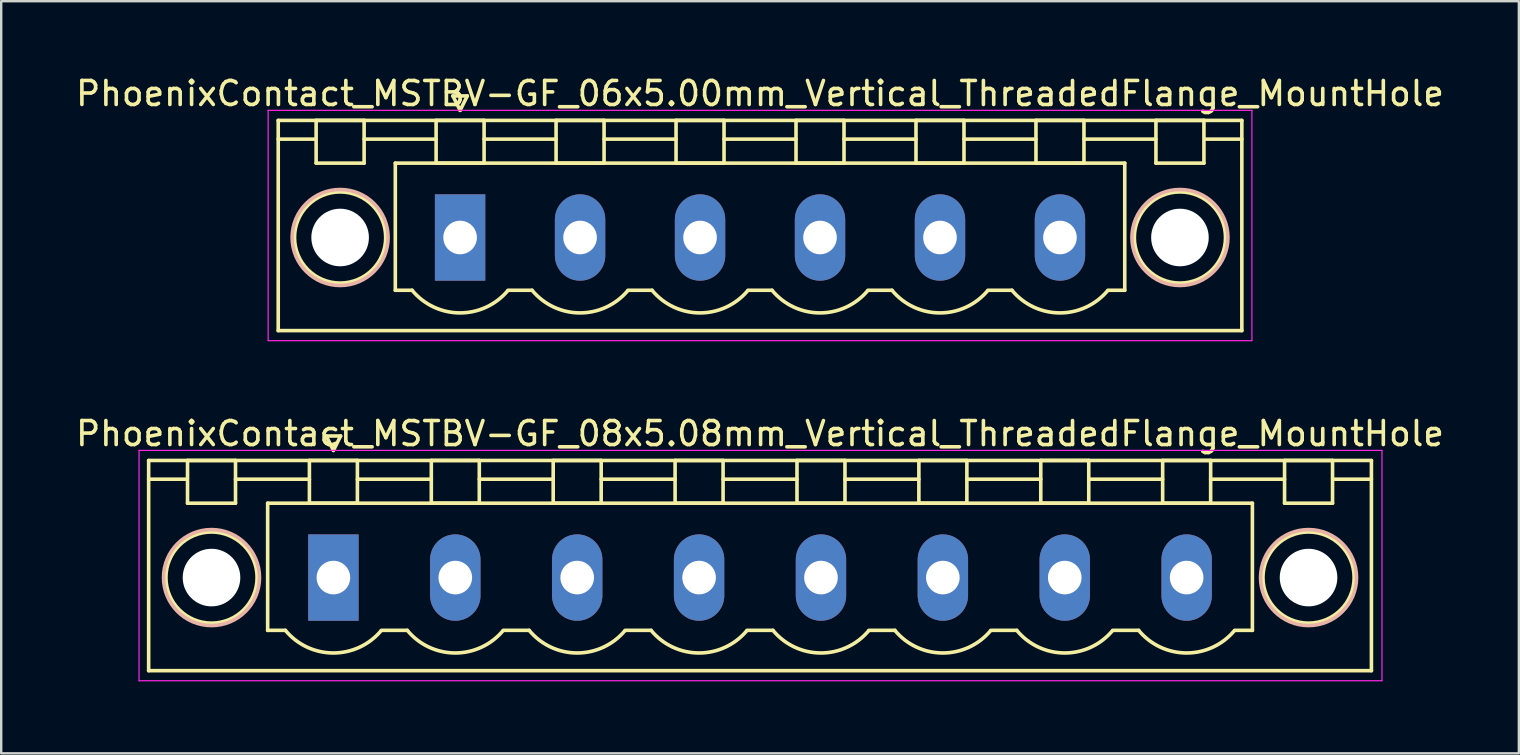
<source format=kicad_pcb>
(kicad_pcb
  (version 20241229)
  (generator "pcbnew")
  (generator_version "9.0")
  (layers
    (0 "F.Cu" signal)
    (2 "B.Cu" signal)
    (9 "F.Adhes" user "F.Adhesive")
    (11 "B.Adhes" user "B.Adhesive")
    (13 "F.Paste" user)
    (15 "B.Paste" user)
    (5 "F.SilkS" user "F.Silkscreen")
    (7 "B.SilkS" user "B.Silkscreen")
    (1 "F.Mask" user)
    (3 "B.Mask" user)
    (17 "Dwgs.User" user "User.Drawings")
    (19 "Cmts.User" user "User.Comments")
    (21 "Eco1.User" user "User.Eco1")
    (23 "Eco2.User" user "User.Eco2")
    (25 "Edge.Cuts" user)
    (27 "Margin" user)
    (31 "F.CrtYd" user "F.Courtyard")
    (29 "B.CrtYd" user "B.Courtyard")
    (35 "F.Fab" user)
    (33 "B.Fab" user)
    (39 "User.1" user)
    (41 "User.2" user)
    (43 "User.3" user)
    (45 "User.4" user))
  (footprint "PhoenixContact_MSTBV-GF_08x5.08mm_Vertical_ThreadedFlange_MountHole"
    (layer "F.Cu")
    (at 10.845 21.021)
    (property "Reference" "PhoenixContact_MSTBV-GF_08x5.08mm_Vertical_ThreadedFlange_MountHole" (at 17.78 -6 0) (layer "F.SilkS") (effects (font (size 1 1) (thickness 0.15))))
    (attr through_hole)
    (fp_line (start -7.7 -4.88) (end -7.7 3.88) (stroke (width 0.15) (type solid)) (layer "F.SilkS"))
    (fp_line (start -7.7 -4.1) (end -6.16 -4.1) (stroke (width 0.15) (type solid)) (layer "F.SilkS"))
    (fp_line (start -7.7 3.88) (end 43.26 3.88) (stroke (width 0.15) (type solid)) (layer "F.SilkS"))
    (fp_line (start -6.08 -4.88) (end -4.08 -4.88) (stroke (width 0.15) (type solid)) (layer "F.SilkS"))
    (fp_line (start -6.08 -3.1) (end -6.08 -4.88) (stroke (width 0.15) (type solid)) (layer "F.SilkS"))
    (fp_line (start -4.08 -4.88) (end -4.08 -3.1) (stroke (width 0.15) (type solid)) (layer "F.SilkS"))
    (fp_line (start -4.08 -4.1) (end -1 -4.1) (stroke (width 0.15) (type solid)) (layer "F.SilkS"))
    (fp_line (start -4.08 -3.1) (end -6.08 -3.1) (stroke (width 0.15) (type solid)) (layer "F.SilkS"))
    (fp_line (start -2.74 -3.1) (end 38.3 -3.1) (stroke (width 0.15) (type solid)) (layer "F.SilkS"))
    (fp_line (start -2.74 2.2) (end -2.74 -3.1) (stroke (width 0.15) (type solid)) (layer "F.SilkS"))
    (fp_line (start -2 2.2) (end -2.74 2.2) (stroke (width 0.15) (type solid)) (layer "F.SilkS"))
    (fp_line (start -1 -4.88) (end 1 -4.88) (stroke (width 0.15) (type solid)) (layer "F.SilkS"))
    (fp_line (start -1 -3.1) (end -1 -4.88) (stroke (width 0.15) (type solid)) (layer "F.SilkS"))
    (fp_line (start -0.3 -5.9) (end 0 -5.3) (stroke (width 0.15) (type solid)) (layer "F.SilkS"))
    (fp_line (start 0 -5.3) (end 0.3 -5.9) (stroke (width 0.15) (type solid)) (layer "F.SilkS"))
    (fp_line (start 0.3 -5.9) (end -0.3 -5.9) (stroke (width 0.15) (type solid)) (layer "F.SilkS"))
    (fp_line (start 1 -4.88) (end 1 -3.1) (stroke (width 0.15) (type solid)) (layer "F.SilkS"))
    (fp_line (start 1 -4.1) (end 4.08 -4.1) (stroke (width 0.15) (type solid)) (layer "F.SilkS"))
    (fp_line (start 1 -3.1) (end -1 -3.1) (stroke (width 0.15) (type solid)) (layer "F.SilkS"))
    (fp_line (start 2 2.2) (end 3.08 2.2) (stroke (width 0.15) (type solid)) (layer "F.SilkS"))
    (fp_line (start 4.08 -4.88) (end 6.08 -4.88) (stroke (width 0.15) (type solid)) (layer "F.SilkS"))
    (fp_line (start 4.08 -3.1) (end 4.08 -4.88) (stroke (width 0.15) (type solid)) (layer "F.SilkS"))
    (fp_line (start 6.08 -4.88) (end 6.08 -3.1) (stroke (width 0.15) (type solid)) (layer "F.SilkS"))
    (fp_line (start 6.08 -4.1) (end 9.16 -4.1) (stroke (width 0.15) (type solid)) (layer "F.SilkS"))
    (fp_line (start 6.08 -3.1) (end 4.08 -3.1) (stroke (width 0.15) (type solid)) (layer "F.SilkS"))
    (fp_line (start 7.08 2.2) (end 8.16 2.2) (stroke (width 0.15) (type solid)) (layer "F.SilkS"))
    (fp_line (start 9.16 -4.88) (end 11.16 -4.88) (stroke (width 0.15) (type solid)) (layer "F.SilkS"))
    (fp_line (start 9.16 -3.1) (end 9.16 -4.88) (stroke (width 0.15) (type solid)) (layer "F.SilkS"))
    (fp_line (start 11.16 -4.88) (end 11.16 -3.1) (stroke (width 0.15) (type solid)) (layer "F.SilkS"))
    (fp_line (start 11.16 -4.1) (end 14.24 -4.1) (stroke (width 0.15) (type solid)) (layer "F.SilkS"))
    (fp_line (start 11.16 -3.1) (end 9.16 -3.1) (stroke (width 0.15) (type solid)) (layer "F.SilkS"))
    (fp_line (start 12.16 2.2) (end 13.24 2.2) (stroke (width 0.15) (type solid)) (layer "F.SilkS"))
    (fp_line (start 14.24 -4.88) (end 16.24 -4.88) (stroke (width 0.15) (type solid)) (layer "F.SilkS"))
    (fp_line (start 14.24 -3.1) (end 14.24 -4.88) (stroke (width 0.15) (type solid)) (layer "F.SilkS"))
    (fp_line (start 16.24 -4.88) (end 16.24 -3.1) (stroke (width 0.15) (type solid)) (layer "F.SilkS"))
    (fp_line (start 16.24 -4.1) (end 19.32 -4.1) (stroke (width 0.15) (type solid)) (layer "F.SilkS"))
    (fp_line (start 16.24 -3.1) (end 14.24 -3.1) (stroke (width 0.15) (type solid)) (layer "F.SilkS"))
    (fp_line (start 17.24 2.2) (end 18.32 2.2) (stroke (width 0.15) (type solid)) (layer "F.SilkS"))
    (fp_line (start 19.32 -4.88) (end 21.32 -4.88) (stroke (width 0.15) (type solid)) (layer "F.SilkS"))
    (fp_line (start 19.32 -3.1) (end 19.32 -4.88) (stroke (width 0.15) (type solid)) (layer "F.SilkS"))
    (fp_line (start 21.32 -4.88) (end 21.32 -3.1) (stroke (width 0.15) (type solid)) (layer "F.SilkS"))
    (fp_line (start 21.32 -4.1) (end 24.4 -4.1) (stroke (width 0.15) (type solid)) (layer "F.SilkS"))
    (fp_line (start 21.32 -3.1) (end 19.32 -3.1) (stroke (width 0.15) (type solid)) (layer "F.SilkS"))
    (fp_line (start 22.32 2.2) (end 23.4 2.2) (stroke (width 0.15) (type solid)) (layer "F.SilkS"))
    (fp_line (start 24.4 -4.88) (end 26.4 -4.88) (stroke (width 0.15) (type solid)) (layer "F.SilkS"))
    (fp_line (start 24.4 -3.1) (end 24.4 -4.88) (stroke (width 0.15) (type solid)) (layer "F.SilkS"))
    (fp_line (start 26.4 -4.88) (end 26.4 -3.1) (stroke (width 0.15) (type solid)) (layer "F.SilkS"))
    (fp_line (start 26.4 -4.1) (end 29.48 -4.1) (stroke (width 0.15) (type solid)) (layer "F.SilkS"))
    (fp_line (start 26.4 -3.1) (end 24.4 -3.1) (stroke (width 0.15) (type solid)) (layer "F.SilkS"))
    (fp_line (start 27.4 2.2) (end 28.48 2.2) (stroke (width 0.15) (type solid)) (layer "F.SilkS"))
    (fp_line (start 29.48 -4.88) (end 31.48 -4.88) (stroke (width 0.15) (type solid)) (layer "F.SilkS"))
    (fp_line (start 29.48 -3.1) (end 29.48 -4.88) (stroke (width 0.15) (type solid)) (layer "F.SilkS"))
    (fp_line (start 31.48 -4.88) (end 31.48 -3.1) (stroke (width 0.15) (type solid)) (layer "F.SilkS"))
    (fp_line (start 31.48 -4.1) (end 34.56 -4.1) (stroke (width 0.15) (type solid)) (layer "F.SilkS"))
    (fp_line (start 31.48 -3.1) (end 29.48 -3.1) (stroke (width 0.15) (type solid)) (layer "F.SilkS"))
    (fp_line (start 32.48 2.2) (end 33.56 2.2) (stroke (width 0.15) (type solid)) (layer "F.SilkS"))
    (fp_line (start 34.56 -4.88) (end 36.56 -4.88) (stroke (width 0.15) (type solid)) (layer "F.SilkS"))
    (fp_line (start 34.56 -3.1) (end 34.56 -4.88) (stroke (width 0.15) (type solid)) (layer "F.SilkS"))
    (fp_line (start 36.56 -4.88) (end 36.56 -3.1) (stroke (width 0.15) (type solid)) (layer "F.SilkS"))
    (fp_line (start 36.56 -4.1) (end 39.64 -4.1) (stroke (width 0.15) (type solid)) (layer "F.SilkS"))
    (fp_line (start 36.56 -3.1) (end 34.56 -3.1) (stroke (width 0.15) (type solid)) (layer "F.SilkS"))
    (fp_line (start 38.3 -3.1) (end 38.3 2.2) (stroke (width 0.15) (type solid)) (layer "F.SilkS"))
    (fp_line (start 38.3 2.2) (end 37.56 2.2) (stroke (width 0.15) (type solid)) (layer "F.SilkS"))
    (fp_line (start 39.64 -4.88) (end 41.64 -4.88) (stroke (width 0.15) (type solid)) (layer "F.SilkS"))
    (fp_line (start 39.64 -3.1) (end 39.64 -4.88) (stroke (width 0.15) (type solid)) (layer "F.SilkS"))
    (fp_line (start 41.64 -4.88) (end 41.64 -3.1) (stroke (width 0.15) (type solid)) (layer "F.SilkS"))
    (fp_line (start 41.64 -3.1) (end 39.64 -3.1) (stroke (width 0.15) (type solid)) (layer "F.SilkS"))
    (fp_line (start 43.26 -4.88) (end -7.7 -4.88) (stroke (width 0.15) (type solid)) (layer "F.SilkS"))
    (fp_line (start 43.26 -4.1) (end 41.72 -4.1) (stroke (width 0.15) (type solid)) (layer "F.SilkS"))
    (fp_line (start 43.26 3.88) (end 43.26 -4.88) (stroke (width 0.15) (type solid)) (layer "F.SilkS"))
    (fp_arc (start 1.986842 2.215821) (mid -0.010289 3.142758) (end -2 2.2) (stroke (width 0.15) (type solid)) (layer "F.SilkS"))
    (fp_arc (start 7.066842 2.215821) (mid 5.069711 3.142758) (end 3.08 2.2) (stroke (width 0.15) (type solid)) (layer "F.SilkS"))
    (fp_arc (start 12.146842 2.215821) (mid 10.149711 3.142758) (end 8.16 2.2) (stroke (width 0.15) (type solid)) (layer "F.SilkS"))
    (fp_arc (start 17.226842 2.215821) (mid 15.229711 3.142758) (end 13.24 2.2) (stroke (width 0.15) (type solid)) (layer "F.SilkS"))
    (fp_arc (start 22.306842 2.215821) (mid 20.309711 3.142758) (end 18.32 2.2) (stroke (width 0.15) (type solid)) (layer "F.SilkS"))
    (fp_arc (start 27.386842 2.215821) (mid 25.389711 3.142758) (end 23.4 2.2) (stroke (width 0.15) (type solid)) (layer "F.SilkS"))
    (fp_arc (start 32.466842 2.215821) (mid 30.469711 3.142758) (end 28.48 2.2) (stroke (width 0.15) (type solid)) (layer "F.SilkS"))
    (fp_arc (start 37.546842 2.215821) (mid 35.549711 3.142758) (end 33.56 2.2) (stroke (width 0.15) (type solid)) (layer "F.SilkS"))
    (fp_circle (center -5.08 0) (end -3.18 0) (stroke (width 0.15) (type solid)) (fill no) (layer "F.SilkS"))
    (fp_circle (center 40.64 0) (end 42.54 0) (stroke (width 0.15) (type solid)) (fill no) (layer "F.SilkS"))
    (fp_circle (center -5.08 0) (end -3.08 0) (stroke (width 0.15) (type solid)) (fill no) (layer "B.SilkS"))
    (fp_circle (center 40.64 0) (end 42.64 0) (stroke (width 0.15) (type solid)) (fill no) (layer "B.SilkS"))
    (fp_line (start -8.1 -5.3) (end -8.1 4.3) (stroke (width 0.05) (type solid)) (layer "F.CrtYd"))
    (fp_line (start -8.1 4.3) (end 43.7 4.3) (stroke (width 0.05) (type solid)) (layer "F.CrtYd"))
    (fp_line (start 43.7 -5.3) (end -8.1 -5.3) (stroke (width 0.05) (type solid)) (layer "F.CrtYd"))
    (fp_line (start 43.7 4.3) (end 43.7 -5.3) (stroke (width 0.05) (type solid)) (layer "F.CrtYd"))
    (pad "" np_thru_hole circle (at -5.08 0) (size 2.4 2.4) (drill 2.4) (layers "*.Cu" "*.Mask"))
    (pad "" np_thru_hole circle (at 40.64 0) (size 2.4 2.4) (drill 2.4) (layers "*.Cu" "*.Mask"))
    (pad "1" thru_hole rect (at 0 0) (size 2.1 3.6) (drill 1.4) (layers "*.Cu" "*.Mask"))
    (pad "2" thru_hole oval (at 5.08 0) (size 2.1 3.6) (drill 1.4) (layers "*.Cu" "*.Mask"))
    (pad "3" thru_hole oval (at 10.16 0) (size 2.1 3.6) (drill 1.4) (layers "*.Cu" "*.Mask"))
    (pad "4" thru_hole oval (at 15.24 0) (size 2.1 3.6) (drill 1.4) (layers "*.Cu" "*.Mask"))
    (pad "5" thru_hole oval (at 20.32 0) (size 2.1 3.6) (drill 1.4) (layers "*.Cu" "*.Mask"))
    (pad "6" thru_hole oval (at 25.4 0) (size 2.1 3.6) (drill 1.4) (layers "*.Cu" "*.Mask"))
    (pad "7" thru_hole oval (at 30.48 0) (size 2.1 3.6) (drill 1.4) (layers "*.Cu" "*.Mask"))
    (pad "8" thru_hole oval (at 35.56 0) (size 2.1 3.6) (drill 1.4) (layers "*.Cu" "*.Mask")))
  (footprint "PhoenixContact_MSTBV-GF_06x5.00mm_Vertical_ThreadedFlange_MountHole"
    (layer "F.Cu")
    (at 16.125 6.848)
    (property "Reference" "PhoenixContact_MSTBV-GF_06x5.00mm_Vertical_ThreadedFlange_MountHole" (at 12.5 -6 0) (layer "F.SilkS") (effects (font (size 1 1) (thickness 0.15))))
    (attr through_hole)
    (fp_line (start -7.58 -4.88) (end -7.58 3.88) (stroke (width 0.15) (type solid)) (layer "F.SilkS"))
    (fp_line (start -7.58 -4.1) (end -6.08 -4.1) (stroke (width 0.15) (type solid)) (layer "F.SilkS"))
    (fp_line (start -7.58 3.88) (end 32.58 3.88) (stroke (width 0.15) (type solid)) (layer "F.SilkS"))
    (fp_line (start -6 -4.88) (end -4 -4.88) (stroke (width 0.15) (type solid)) (layer "F.SilkS"))
    (fp_line (start -6 -3.1) (end -6 -4.88) (stroke (width 0.15) (type solid)) (layer "F.SilkS"))
    (fp_line (start -4 -4.88) (end -4 -3.1) (stroke (width 0.15) (type solid)) (layer "F.SilkS"))
    (fp_line (start -4 -4.1) (end -1 -4.1) (stroke (width 0.15) (type solid)) (layer "F.SilkS"))
    (fp_line (start -4 -3.1) (end -6 -3.1) (stroke (width 0.15) (type solid)) (layer "F.SilkS"))
    (fp_line (start -2.7 -3.1) (end 27.7 -3.1) (stroke (width 0.15) (type solid)) (layer "F.SilkS"))
    (fp_line (start -2.7 2.2) (end -2.7 -3.1) (stroke (width 0.15) (type solid)) (layer "F.SilkS"))
    (fp_line (start -2 2.2) (end -2.7 2.2) (stroke (width 0.15) (type solid)) (layer "F.SilkS"))
    (fp_line (start -1 -4.88) (end 1 -4.88) (stroke (width 0.15) (type solid)) (layer "F.SilkS"))
    (fp_line (start -1 -3.1) (end -1 -4.88) (stroke (width 0.15) (type solid)) (layer "F.SilkS"))
    (fp_line (start -0.3 -5.9) (end 0 -5.3) (stroke (width 0.15) (type solid)) (layer "F.SilkS"))
    (fp_line (start 0 -5.3) (end 0.3 -5.9) (stroke (width 0.15) (type solid)) (layer "F.SilkS"))
    (fp_line (start 0.3 -5.9) (end -0.3 -5.9) (stroke (width 0.15) (type solid)) (layer "F.SilkS"))
    (fp_line (start 1 -4.88) (end 1 -3.1) (stroke (width 0.15) (type solid)) (layer "F.SilkS"))
    (fp_line (start 1 -4.1) (end 4 -4.1) (stroke (width 0.15) (type solid)) (layer "F.SilkS"))
    (fp_line (start 1 -3.1) (end -1 -3.1) (stroke (width 0.15) (type solid)) (layer "F.SilkS"))
    (fp_line (start 2 2.2) (end 3 2.2) (stroke (width 0.15) (type solid)) (layer "F.SilkS"))
    (fp_line (start 4 -4.88) (end 6 -4.88) (stroke (width 0.15) (type solid)) (layer "F.SilkS"))
    (fp_line (start 4 -3.1) (end 4 -4.88) (stroke (width 0.15) (type solid)) (layer "F.SilkS"))
    (fp_line (start 6 -4.88) (end 6 -3.1) (stroke (width 0.15) (type solid)) (layer "F.SilkS"))
    (fp_line (start 6 -4.1) (end 9 -4.1) (stroke (width 0.15) (type solid)) (layer "F.SilkS"))
    (fp_line (start 6 -3.1) (end 4 -3.1) (stroke (width 0.15) (type solid)) (layer "F.SilkS"))
    (fp_line (start 7 2.2) (end 8 2.2) (stroke (width 0.15) (type solid)) (layer "F.SilkS"))
    (fp_line (start 9 -4.88) (end 11 -4.88) (stroke (width 0.15) (type solid)) (layer "F.SilkS"))
    (fp_line (start 9 -3.1) (end 9 -4.88) (stroke (width 0.15) (type solid)) (layer "F.SilkS"))
    (fp_line (start 11 -4.88) (end 11 -3.1) (stroke (width 0.15) (type solid)) (layer "F.SilkS"))
    (fp_line (start 11 -4.1) (end 14 -4.1) (stroke (width 0.15) (type solid)) (layer "F.SilkS"))
    (fp_line (start 11 -3.1) (end 9 -3.1) (stroke (width 0.15) (type solid)) (layer "F.SilkS"))
    (fp_line (start 12 2.2) (end 13 2.2) (stroke (width 0.15) (type solid)) (layer "F.SilkS"))
    (fp_line (start 14 -4.88) (end 16 -4.88) (stroke (width 0.15) (type solid)) (layer "F.SilkS"))
    (fp_line (start 14 -3.1) (end 14 -4.88) (stroke (width 0.15) (type solid)) (layer "F.SilkS"))
    (fp_line (start 16 -4.88) (end 16 -3.1) (stroke (width 0.15) (type solid)) (layer "F.SilkS"))
    (fp_line (start 16 -4.1) (end 19 -4.1) (stroke (width 0.15) (type solid)) (layer "F.SilkS"))
    (fp_line (start 16 -3.1) (end 14 -3.1) (stroke (width 0.15) (type solid)) (layer "F.SilkS"))
    (fp_line (start 17 2.2) (end 18 2.2) (stroke (width 0.15) (type solid)) (layer "F.SilkS"))
    (fp_line (start 19 -4.88) (end 21 -4.88) (stroke (width 0.15) (type solid)) (layer "F.SilkS"))
    (fp_line (start 19 -3.1) (end 19 -4.88) (stroke (width 0.15) (type solid)) (layer "F.SilkS"))
    (fp_line (start 21 -4.88) (end 21 -3.1) (stroke (width 0.15) (type solid)) (layer "F.SilkS"))
    (fp_line (start 21 -4.1) (end 24 -4.1) (stroke (width 0.15) (type solid)) (layer "F.SilkS"))
    (fp_line (start 21 -3.1) (end 19 -3.1) (stroke (width 0.15) (type solid)) (layer "F.SilkS"))
    (fp_line (start 22 2.2) (end 23 2.2) (stroke (width 0.15) (type solid)) (layer "F.SilkS"))
    (fp_line (start 24 -4.88) (end 26 -4.88) (stroke (width 0.15) (type solid)) (layer "F.SilkS"))
    (fp_line (start 24 -3.1) (end 24 -4.88) (stroke (width 0.15) (type solid)) (layer "F.SilkS"))
    (fp_line (start 26 -4.88) (end 26 -3.1) (stroke (width 0.15) (type solid)) (layer "F.SilkS"))
    (fp_line (start 26 -4.1) (end 29 -4.1) (stroke (width 0.15) (type solid)) (layer "F.SilkS"))
    (fp_line (start 26 -3.1) (end 24 -3.1) (stroke (width 0.15) (type solid)) (layer "F.SilkS"))
    (fp_line (start 27.7 -3.1) (end 27.7 2.2) (stroke (width 0.15) (type solid)) (layer "F.SilkS"))
    (fp_line (start 27.7 2.2) (end 27 2.2) (stroke (width 0.15) (type solid)) (layer "F.SilkS"))
    (fp_line (start 29 -4.88) (end 31 -4.88) (stroke (width 0.15) (type solid)) (layer "F.SilkS"))
    (fp_line (start 29 -3.1) (end 29 -4.88) (stroke (width 0.15) (type solid)) (layer "F.SilkS"))
    (fp_line (start 31 -4.88) (end 31 -3.1) (stroke (width 0.15) (type solid)) (layer "F.SilkS"))
    (fp_line (start 31 -3.1) (end 29 -3.1) (stroke (width 0.15) (type solid)) (layer "F.SilkS"))
    (fp_line (start 32.58 -4.88) (end -7.58 -4.88) (stroke (width 0.15) (type solid)) (layer "F.SilkS"))
    (fp_line (start 32.58 -4.1) (end 31.08 -4.1) (stroke (width 0.15) (type solid)) (layer "F.SilkS"))
    (fp_line (start 32.58 3.88) (end 32.58 -4.88) (stroke (width 0.15) (type solid)) (layer "F.SilkS"))
    (fp_arc (start 1.986842 2.215821) (mid -0.010289 3.142758) (end -2 2.2) (stroke (width 0.15) (type solid)) (layer "F.SilkS"))
    (fp_arc (start 6.986842 2.215821) (mid 4.989711 3.142758) (end 3 2.2) (stroke (width 0.15) (type solid)) (layer "F.SilkS"))
    (fp_arc (start 11.986842 2.215821) (mid 9.989711 3.142758) (end 8 2.2) (stroke (width 0.15) (type solid)) (layer "F.SilkS"))
    (fp_arc (start 16.986842 2.215821) (mid 14.989711 3.142758) (end 13 2.2) (stroke (width 0.15) (type solid)) (layer "F.SilkS"))
    (fp_arc (start 21.986842 2.215821) (mid 19.989711 3.142758) (end 18 2.2) (stroke (width 0.15) (type solid)) (layer "F.SilkS"))
    (fp_arc (start 26.986842 2.215821) (mid 24.989711 3.142758) (end 23 2.2) (stroke (width 0.15) (type solid)) (layer "F.SilkS"))
    (fp_circle (center -5 0) (end -3.1 0) (stroke (width 0.15) (type solid)) (fill no) (layer "F.SilkS"))
    (fp_circle (center 30 0) (end 31.9 0) (stroke (width 0.15) (type solid)) (fill no) (layer "F.SilkS"))
    (fp_circle (center -5 0) (end -3 0) (stroke (width 0.15) (type solid)) (fill no) (layer "B.SilkS"))
    (fp_circle (center 30 0) (end 32 0) (stroke (width 0.15) (type solid)) (fill no) (layer "B.SilkS"))
    (fp_line (start -8 -5.3) (end -8 4.3) (stroke (width 0.05) (type solid)) (layer "F.CrtYd"))
    (fp_line (start -8 4.3) (end 33 4.3) (stroke (width 0.05) (type solid)) (layer "F.CrtYd"))
    (fp_line (start 33 -5.3) (end -8 -5.3) (stroke (width 0.05) (type solid)) (layer "F.CrtYd"))
    (fp_line (start 33 4.3) (end 33 -5.3) (stroke (width 0.05) (type solid)) (layer "F.CrtYd"))
    (pad "" np_thru_hole circle (at -5 0) (size 2.4 2.4) (drill 2.4) (layers "*.Cu" "*.Mask"))
    (pad "" np_thru_hole circle (at 30 0) (size 2.4 2.4) (drill 2.4) (layers "*.Cu" "*.Mask"))
    (pad "1" thru_hole rect (at 0 0) (size 2.1 3.6) (drill 1.4) (layers "*.Cu" "*.Mask"))
    (pad "2" thru_hole oval (at 5 0) (size 2.1 3.6) (drill 1.4) (layers "*.Cu" "*.Mask"))
    (pad "3" thru_hole oval (at 10 0) (size 2.1 3.6) (drill 1.4) (layers "*.Cu" "*.Mask"))
    (pad "4" thru_hole oval (at 15 0) (size 2.1 3.6) (drill 1.4) (layers "*.Cu" "*.Mask"))
    (pad "5" thru_hole oval (at 20 0) (size 2.1 3.6) (drill 1.4) (layers "*.Cu" "*.Mask"))
    (pad "6" thru_hole oval (at 25 0) (size 2.1 3.6) (drill 1.4) (layers "*.Cu" "*.Mask")))
  (gr_rect
    (start -3 -3)
    (end 60.25 28.346)
    (stroke (width 0.1) (type default))
    (fill no)
    (layer "Edge.Cuts")))
</source>
